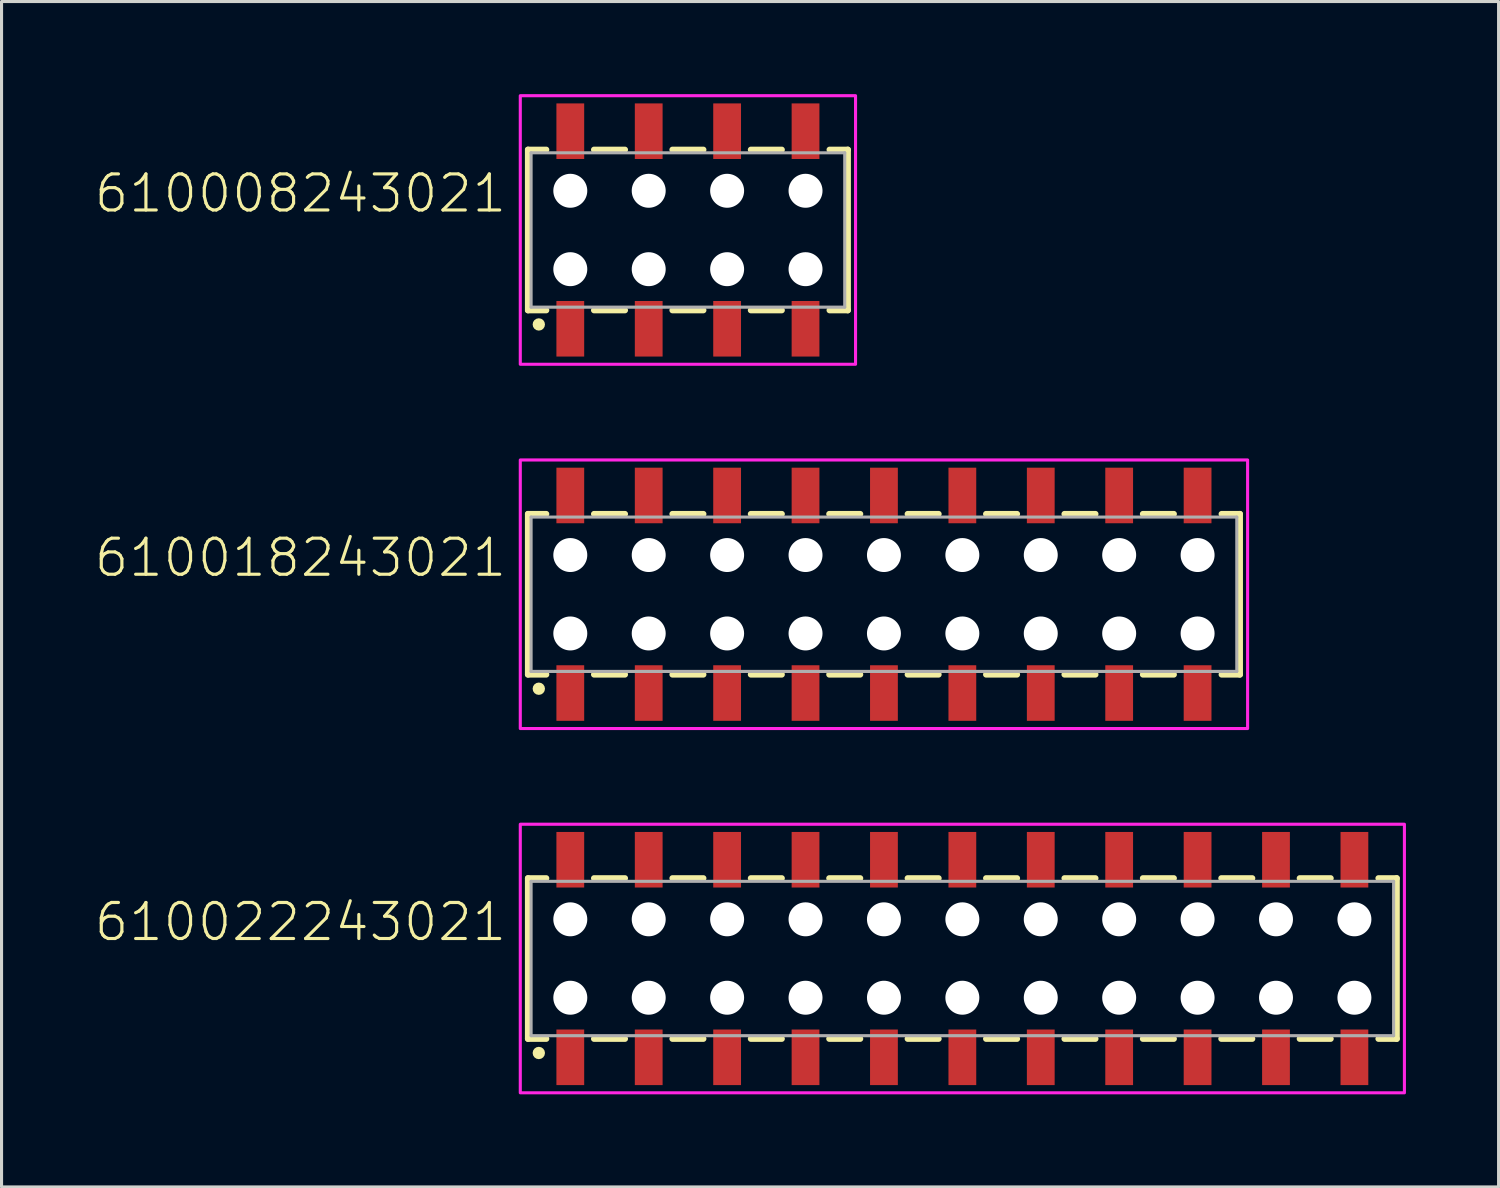
<source format=kicad_pcb>
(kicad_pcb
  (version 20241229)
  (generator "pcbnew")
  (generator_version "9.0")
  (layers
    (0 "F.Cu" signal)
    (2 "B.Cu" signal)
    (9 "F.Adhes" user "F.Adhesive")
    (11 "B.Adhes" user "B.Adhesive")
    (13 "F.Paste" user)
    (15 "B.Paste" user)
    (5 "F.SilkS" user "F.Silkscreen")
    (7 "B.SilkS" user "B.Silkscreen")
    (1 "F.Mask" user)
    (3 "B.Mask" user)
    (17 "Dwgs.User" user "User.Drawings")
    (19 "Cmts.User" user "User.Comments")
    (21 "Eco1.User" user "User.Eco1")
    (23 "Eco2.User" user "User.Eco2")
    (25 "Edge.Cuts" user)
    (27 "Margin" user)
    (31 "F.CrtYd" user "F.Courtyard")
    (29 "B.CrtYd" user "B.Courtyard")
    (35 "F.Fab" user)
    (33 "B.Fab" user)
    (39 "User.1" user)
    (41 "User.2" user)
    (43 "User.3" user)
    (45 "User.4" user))
  (footprint "610018243021"
    (layer "F.Cu")
    (at 25.584 16.2)
    (property "Reference" "610018243021" (at -12.16 -0.5 0) (unlocked yes) (layer "F.SilkS") (effects (font (size 1.168 1.168) (thickness 0.102)) (justify right bottom)))
    (fp_line (start -11.53 -2.6) (end -11.53 2.6) (stroke (width 0.2) (type solid)) (layer "F.SilkS"))
    (fp_line (start -11.53 2.6) (end -10.94 2.6) (stroke (width 0.2) (type solid)) (layer "F.SilkS"))
    (fp_line (start -10.94 -2.6) (end -11.53 -2.6) (stroke (width 0.2) (type solid)) (layer "F.SilkS"))
    (fp_line (start -9.39 2.6) (end -8.39 2.6) (stroke (width 0.2) (type solid)) (layer "F.SilkS"))
    (fp_line (start -8.39 -2.6) (end -9.39 -2.6) (stroke (width 0.2) (type solid)) (layer "F.SilkS"))
    (fp_line (start -6.85 2.6) (end -5.85 2.6) (stroke (width 0.2) (type solid)) (layer "F.SilkS"))
    (fp_line (start -5.85 -2.6) (end -6.85 -2.6) (stroke (width 0.2) (type solid)) (layer "F.SilkS"))
    (fp_line (start -4.31 2.6) (end -3.31 2.6) (stroke (width 0.2) (type solid)) (layer "F.SilkS"))
    (fp_line (start -3.31 -2.6) (end -4.31 -2.6) (stroke (width 0.2) (type solid)) (layer "F.SilkS"))
    (fp_line (start -1.77 2.6) (end -0.77 2.6) (stroke (width 0.2) (type solid)) (layer "F.SilkS"))
    (fp_line (start -0.77 -2.6) (end -1.77 -2.6) (stroke (width 0.2) (type solid)) (layer "F.SilkS"))
    (fp_line (start 0.77 2.6) (end 1.77 2.6) (stroke (width 0.2) (type solid)) (layer "F.SilkS"))
    (fp_line (start 1.77 -2.6) (end 0.77 -2.6) (stroke (width 0.2) (type solid)) (layer "F.SilkS"))
    (fp_line (start 3.31 2.6) (end 4.31 2.6) (stroke (width 0.2) (type solid)) (layer "F.SilkS"))
    (fp_line (start 4.31 -2.6) (end 3.31 -2.6) (stroke (width 0.2) (type solid)) (layer "F.SilkS"))
    (fp_line (start 5.85 2.6) (end 6.85 2.6) (stroke (width 0.2) (type solid)) (layer "F.SilkS"))
    (fp_line (start 6.85 -2.6) (end 5.85 -2.6) (stroke (width 0.2) (type solid)) (layer "F.SilkS"))
    (fp_line (start 8.39 2.6) (end 9.39 2.6) (stroke (width 0.2) (type solid)) (layer "F.SilkS"))
    (fp_line (start 9.39 -2.6) (end 8.39 -2.6) (stroke (width 0.2) (type solid)) (layer "F.SilkS"))
    (fp_line (start 10.94 -2.6) (end 11.53 -2.6) (stroke (width 0.2) (type solid)) (layer "F.SilkS"))
    (fp_line (start 11.53 -2.6) (end 11.53 2.6) (stroke (width 0.2) (type solid)) (layer "F.SilkS"))
    (fp_line (start 11.53 2.6) (end 10.94 2.6) (stroke (width 0.2) (type solid)) (layer "F.SilkS"))
    (fp_circle (center -11.18 3.06) (end -11.08 3.06) (stroke (width 0.2) (type solid)) (fill no) (layer "F.SilkS"))
    (fp_poly (pts (xy 11.78 4.35) (xy -11.78 4.35) (xy -11.78 -4.35) (xy 11.78 -4.35)) (stroke (width 0.1) (type default)) (fill no) (layer "F.CrtYd"))
    (fp_line (start -11.43 -2.5) (end -11.43 2.5) (stroke (width 0.1) (type solid)) (layer "F.Fab"))
    (fp_line (start -11.43 -2.5) (end 11.43 -2.5) (stroke (width 0.1) (type solid)) (layer "F.Fab"))
    (fp_line (start -11.43 2.5) (end 11.43 2.5) (stroke (width 0.1) (type solid)) (layer "F.Fab"))
    (fp_line (start 11.43 2.5) (end 11.43 -2.5) (stroke (width 0.1) (type solid)) (layer "F.Fab"))
    (pad "" np_thru_hole circle (at -10.16 -1.27) (size 1.1 1.1) (drill 1.1) (layers "*.Cu" "*.Mask"))
    (pad "" np_thru_hole circle (at -10.16 1.27) (size 1.1 1.1) (drill 1.1) (layers "*.Cu" "*.Mask"))
    (pad "" np_thru_hole circle (at -7.62 -1.27) (size 1.1 1.1) (drill 1.1) (layers "*.Cu" "*.Mask"))
    (pad "" np_thru_hole circle (at -7.62 1.27) (size 1.1 1.1) (drill 1.1) (layers "*.Cu" "*.Mask"))
    (pad "" np_thru_hole circle (at -5.08 -1.27) (size 1.1 1.1) (drill 1.1) (layers "*.Cu" "*.Mask"))
    (pad "" np_thru_hole circle (at -5.08 1.27) (size 1.1 1.1) (drill 1.1) (layers "*.Cu" "*.Mask"))
    (pad "" np_thru_hole circle (at -2.54 -1.27) (size 1.1 1.1) (drill 1.1) (layers "*.Cu" "*.Mask"))
    (pad "" np_thru_hole circle (at -2.54 1.27) (size 1.1 1.1) (drill 1.1) (layers "*.Cu" "*.Mask"))
    (pad "" np_thru_hole circle (at 0 -1.27) (size 1.1 1.1) (drill 1.1) (layers "*.Cu" "*.Mask"))
    (pad "" np_thru_hole circle (at 0 1.27) (size 1.1 1.1) (drill 1.1) (layers "*.Cu" "*.Mask"))
    (pad "" np_thru_hole circle (at 2.54 -1.27) (size 1.1 1.1) (drill 1.1) (layers "*.Cu" "*.Mask"))
    (pad "" np_thru_hole circle (at 2.54 1.27) (size 1.1 1.1) (drill 1.1) (layers "*.Cu" "*.Mask"))
    (pad "" np_thru_hole circle (at 5.08 -1.27) (size 1.1 1.1) (drill 1.1) (layers "*.Cu" "*.Mask"))
    (pad "" np_thru_hole circle (at 5.08 1.27) (size 1.1 1.1) (drill 1.1) (layers "*.Cu" "*.Mask"))
    (pad "" np_thru_hole circle (at 7.62 -1.27) (size 1.1 1.1) (drill 1.1) (layers "*.Cu" "*.Mask"))
    (pad "" np_thru_hole circle (at 7.62 1.27) (size 1.1 1.1) (drill 1.1) (layers "*.Cu" "*.Mask"))
    (pad "" np_thru_hole circle (at 10.16 -1.27) (size 1.1 1.1) (drill 1.1) (layers "*.Cu" "*.Mask"))
    (pad "" np_thru_hole circle (at 10.16 1.27) (size 1.1 1.1) (drill 1.1) (layers "*.Cu" "*.Mask"))
    (pad "1" smd rect (at -10.16 3.2 90) (size 1.8 0.9) (layers "F.Cu" "F.Mask" "F.Paste"))
    (pad "2" smd rect (at -10.16 -3.2 90) (size 1.8 0.9) (layers "F.Cu" "F.Mask" "F.Paste"))
    (pad "3" smd rect (at -7.62 3.2 90) (size 1.8 0.9) (layers "F.Cu" "F.Mask" "F.Paste"))
    (pad "4" smd rect (at -7.62 -3.2 90) (size 1.8 0.9) (layers "F.Cu" "F.Mask" "F.Paste"))
    (pad "5" smd rect (at -5.08 3.2 90) (size 1.8 0.9) (layers "F.Cu" "F.Mask" "F.Paste"))
    (pad "6" smd rect (at -5.08 -3.2 90) (size 1.8 0.9) (layers "F.Cu" "F.Mask" "F.Paste"))
    (pad "7" smd rect (at -2.54 3.2 90) (size 1.8 0.9) (layers "F.Cu" "F.Mask" "F.Paste"))
    (pad "8" smd rect (at -2.54 -3.2 90) (size 1.8 0.9) (layers "F.Cu" "F.Mask" "F.Paste"))
    (pad "9" smd rect (at 0 3.2 90) (size 1.8 0.9) (layers "F.Cu" "F.Mask" "F.Paste"))
    (pad "10" smd rect (at 0 -3.2 90) (size 1.8 0.9) (layers "F.Cu" "F.Mask" "F.Paste"))
    (pad "11" smd rect (at 2.54 3.2 90) (size 1.8 0.9) (layers "F.Cu" "F.Mask" "F.Paste"))
    (pad "12" smd rect (at 2.54 -3.2 90) (size 1.8 0.9) (layers "F.Cu" "F.Mask" "F.Paste"))
    (pad "13" smd rect (at 5.08 3.2 90) (size 1.8 0.9) (layers "F.Cu" "F.Mask" "F.Paste"))
    (pad "14" smd rect (at 5.08 -3.2 90) (size 1.8 0.9) (layers "F.Cu" "F.Mask" "F.Paste"))
    (pad "15" smd rect (at 7.62 3.2 90) (size 1.8 0.9) (layers "F.Cu" "F.Mask" "F.Paste"))
    (pad "16" smd rect (at 7.62 -3.2 90) (size 1.8 0.9) (layers "F.Cu" "F.Mask" "F.Paste"))
    (pad "17" smd rect (at 10.16 3.2 90) (size 1.8 0.9) (layers "F.Cu" "F.Mask" "F.Paste"))
    (pad "18" smd rect (at 10.16 -3.2 90) (size 1.8 0.9) (layers "F.Cu" "F.Mask" "F.Paste")))
  (footprint "610008243021"
    (layer "F.Cu")
    (at 19.234 4.4)
    (property "Reference" "610008243021" (at -5.81 -0.5 0) (unlocked yes) (layer "F.SilkS") (effects (font (size 1.168 1.168) (thickness 0.102)) (justify right bottom)))
    (fp_line (start -5.18 -2.6) (end -5.18 2.6) (stroke (width 0.2) (type solid)) (layer "F.SilkS"))
    (fp_line (start -5.18 2.6) (end -4.59 2.6) (stroke (width 0.2) (type solid)) (layer "F.SilkS"))
    (fp_line (start -4.59 -2.6) (end -5.18 -2.6) (stroke (width 0.2) (type solid)) (layer "F.SilkS"))
    (fp_line (start -3.04 2.6) (end -2.04 2.6) (stroke (width 0.2) (type solid)) (layer "F.SilkS"))
    (fp_line (start -2.04 -2.6) (end -3.04 -2.6) (stroke (width 0.2) (type solid)) (layer "F.SilkS"))
    (fp_line (start -0.5 2.6) (end 0.5 2.6) (stroke (width 0.2) (type solid)) (layer "F.SilkS"))
    (fp_line (start 0.5 -2.6) (end -0.5 -2.6) (stroke (width 0.2) (type solid)) (layer "F.SilkS"))
    (fp_line (start 2.04 2.6) (end 3.04 2.6) (stroke (width 0.2) (type solid)) (layer "F.SilkS"))
    (fp_line (start 3.04 -2.6) (end 2.04 -2.6) (stroke (width 0.2) (type solid)) (layer "F.SilkS"))
    (fp_line (start 4.59 -2.6) (end 5.18 -2.6) (stroke (width 0.2) (type solid)) (layer "F.SilkS"))
    (fp_line (start 5.18 -2.6) (end 5.18 2.6) (stroke (width 0.2) (type solid)) (layer "F.SilkS"))
    (fp_line (start 5.18 2.6) (end 4.59 2.6) (stroke (width 0.2) (type solid)) (layer "F.SilkS"))
    (fp_circle (center -4.83 3.06) (end -4.73 3.06) (stroke (width 0.2) (type solid)) (fill no) (layer "F.SilkS"))
    (fp_poly (pts (xy 5.43 4.35) (xy -5.43 4.35) (xy -5.43 -4.35) (xy 5.43 -4.35)) (stroke (width 0.1) (type default)) (fill no) (layer "F.CrtYd"))
    (fp_line (start -5.08 -2.5) (end -5.08 2.5) (stroke (width 0.1) (type solid)) (layer "F.Fab"))
    (fp_line (start -5.08 -2.5) (end 5.08 -2.5) (stroke (width 0.1) (type solid)) (layer "F.Fab"))
    (fp_line (start -5.08 2.5) (end 5.08 2.5) (stroke (width 0.1) (type solid)) (layer "F.Fab"))
    (fp_line (start 5.08 2.5) (end 5.08 -2.5) (stroke (width 0.1) (type solid)) (layer "F.Fab"))
    (pad "" np_thru_hole circle (at -3.81 -1.27) (size 1.1 1.1) (drill 1.1) (layers "*.Cu" "*.Mask"))
    (pad "" np_thru_hole circle (at -3.81 1.27) (size 1.1 1.1) (drill 1.1) (layers "*.Cu" "*.Mask"))
    (pad "" np_thru_hole circle (at -1.27 -1.27) (size 1.1 1.1) (drill 1.1) (layers "*.Cu" "*.Mask"))
    (pad "" np_thru_hole circle (at -1.27 1.27) (size 1.1 1.1) (drill 1.1) (layers "*.Cu" "*.Mask"))
    (pad "" np_thru_hole circle (at 1.27 -1.27) (size 1.1 1.1) (drill 1.1) (layers "*.Cu" "*.Mask"))
    (pad "" np_thru_hole circle (at 1.27 1.27) (size 1.1 1.1) (drill 1.1) (layers "*.Cu" "*.Mask"))
    (pad "" np_thru_hole circle (at 3.81 -1.27) (size 1.1 1.1) (drill 1.1) (layers "*.Cu" "*.Mask"))
    (pad "" np_thru_hole circle (at 3.81 1.27) (size 1.1 1.1) (drill 1.1) (layers "*.Cu" "*.Mask"))
    (pad "1" smd rect (at -3.81 3.2 90) (size 1.8 0.9) (layers "F.Cu" "F.Mask" "F.Paste"))
    (pad "2" smd rect (at -3.81 -3.2 90) (size 1.8 0.9) (layers "F.Cu" "F.Mask" "F.Paste"))
    (pad "3" smd rect (at -1.27 3.2 90) (size 1.8 0.9) (layers "F.Cu" "F.Mask" "F.Paste"))
    (pad "4" smd rect (at -1.27 -3.2 90) (size 1.8 0.9) (layers "F.Cu" "F.Mask" "F.Paste"))
    (pad "5" smd rect (at 1.27 3.2 90) (size 1.8 0.9) (layers "F.Cu" "F.Mask" "F.Paste"))
    (pad "6" smd rect (at 1.27 -3.2 90) (size 1.8 0.9) (layers "F.Cu" "F.Mask" "F.Paste"))
    (pad "7" smd rect (at 3.81 3.2 90) (size 1.8 0.9) (layers "F.Cu" "F.Mask" "F.Paste"))
    (pad "8" smd rect (at 3.81 -3.2 90) (size 1.8 0.9) (layers "F.Cu" "F.Mask" "F.Paste")))
  (footprint "610022243021"
    (layer "F.Cu")
    (at 28.124 28)
    (property "Reference" "610022243021" (at -14.7 -0.5 0) (unlocked yes) (layer "F.SilkS") (effects (font (size 1.168 1.168) (thickness 0.102)) (justify right bottom)))
    (fp_line (start -14.07 -2.6) (end -14.07 2.6) (stroke (width 0.2) (type solid)) (layer "F.SilkS"))
    (fp_line (start -14.07 2.6) (end -13.48 2.6) (stroke (width 0.2) (type solid)) (layer "F.SilkS"))
    (fp_line (start -13.48 -2.6) (end -14.07 -2.6) (stroke (width 0.2) (type solid)) (layer "F.SilkS"))
    (fp_line (start -11.93 2.6) (end -10.93 2.6) (stroke (width 0.2) (type solid)) (layer "F.SilkS"))
    (fp_line (start -10.93 -2.6) (end -11.93 -2.6) (stroke (width 0.2) (type solid)) (layer "F.SilkS"))
    (fp_line (start -9.39 2.6) (end -8.39 2.6) (stroke (width 0.2) (type solid)) (layer "F.SilkS"))
    (fp_line (start -8.39 -2.6) (end -9.39 -2.6) (stroke (width 0.2) (type solid)) (layer "F.SilkS"))
    (fp_line (start -6.85 2.6) (end -5.85 2.6) (stroke (width 0.2) (type solid)) (layer "F.SilkS"))
    (fp_line (start -5.85 -2.6) (end -6.85 -2.6) (stroke (width 0.2) (type solid)) (layer "F.SilkS"))
    (fp_line (start -4.31 2.6) (end -3.31 2.6) (stroke (width 0.2) (type solid)) (layer "F.SilkS"))
    (fp_line (start -3.31 -2.6) (end -4.31 -2.6) (stroke (width 0.2) (type solid)) (layer "F.SilkS"))
    (fp_line (start -1.77 2.6) (end -0.77 2.6) (stroke (width 0.2) (type solid)) (layer "F.SilkS"))
    (fp_line (start -0.77 -2.6) (end -1.77 -2.6) (stroke (width 0.2) (type solid)) (layer "F.SilkS"))
    (fp_line (start 0.77 2.6) (end 1.77 2.6) (stroke (width 0.2) (type solid)) (layer "F.SilkS"))
    (fp_line (start 1.77 -2.6) (end 0.77 -2.6) (stroke (width 0.2) (type solid)) (layer "F.SilkS"))
    (fp_line (start 3.31 2.6) (end 4.31 2.6) (stroke (width 0.2) (type solid)) (layer "F.SilkS"))
    (fp_line (start 4.31 -2.6) (end 3.31 -2.6) (stroke (width 0.2) (type solid)) (layer "F.SilkS"))
    (fp_line (start 5.85 2.6) (end 6.85 2.6) (stroke (width 0.2) (type solid)) (layer "F.SilkS"))
    (fp_line (start 6.85 -2.6) (end 5.85 -2.6) (stroke (width 0.2) (type solid)) (layer "F.SilkS"))
    (fp_line (start 8.39 2.6) (end 9.39 2.6) (stroke (width 0.2) (type solid)) (layer "F.SilkS"))
    (fp_line (start 9.39 -2.6) (end 8.39 -2.6) (stroke (width 0.2) (type solid)) (layer "F.SilkS"))
    (fp_line (start 10.93 2.6) (end 11.93 2.6) (stroke (width 0.2) (type solid)) (layer "F.SilkS"))
    (fp_line (start 11.93 -2.6) (end 10.93 -2.6) (stroke (width 0.2) (type solid)) (layer "F.SilkS"))
    (fp_line (start 13.48 -2.6) (end 14.07 -2.6) (stroke (width 0.2) (type solid)) (layer "F.SilkS"))
    (fp_line (start 14.07 -2.6) (end 14.07 2.6) (stroke (width 0.2) (type solid)) (layer "F.SilkS"))
    (fp_line (start 14.07 2.6) (end 13.48 2.6) (stroke (width 0.2) (type solid)) (layer "F.SilkS"))
    (fp_circle (center -13.72 3.06) (end -13.62 3.06) (stroke (width 0.2) (type solid)) (fill no) (layer "F.SilkS"))
    (fp_poly (pts (xy 14.32 4.35) (xy -14.32 4.35) (xy -14.32 -4.35) (xy 14.32 -4.35)) (stroke (width 0.1) (type default)) (fill no) (layer "F.CrtYd"))
    (fp_line (start -13.97 -2.5) (end -13.97 2.5) (stroke (width 0.1) (type solid)) (layer "F.Fab"))
    (fp_line (start -13.97 -2.5) (end 13.97 -2.5) (stroke (width 0.1) (type solid)) (layer "F.Fab"))
    (fp_line (start -13.97 2.5) (end 13.97 2.5) (stroke (width 0.1) (type solid)) (layer "F.Fab"))
    (fp_line (start 13.97 2.5) (end 13.97 -2.5) (stroke (width 0.1) (type solid)) (layer "F.Fab"))
    (pad "" np_thru_hole circle (at -12.7 -1.27) (size 1.1 1.1) (drill 1.1) (layers "*.Cu" "*.Mask"))
    (pad "" np_thru_hole circle (at -12.7 1.27) (size 1.1 1.1) (drill 1.1) (layers "*.Cu" "*.Mask"))
    (pad "" np_thru_hole circle (at -10.16 -1.27) (size 1.1 1.1) (drill 1.1) (layers "*.Cu" "*.Mask"))
    (pad "" np_thru_hole circle (at -10.16 1.27) (size 1.1 1.1) (drill 1.1) (layers "*.Cu" "*.Mask"))
    (pad "" np_thru_hole circle (at -7.62 -1.27) (size 1.1 1.1) (drill 1.1) (layers "*.Cu" "*.Mask"))
    (pad "" np_thru_hole circle (at -7.62 1.27) (size 1.1 1.1) (drill 1.1) (layers "*.Cu" "*.Mask"))
    (pad "" np_thru_hole circle (at -5.08 -1.27) (size 1.1 1.1) (drill 1.1) (layers "*.Cu" "*.Mask"))
    (pad "" np_thru_hole circle (at -5.08 1.27) (size 1.1 1.1) (drill 1.1) (layers "*.Cu" "*.Mask"))
    (pad "" np_thru_hole circle (at -2.54 -1.27) (size 1.1 1.1) (drill 1.1) (layers "*.Cu" "*.Mask"))
    (pad "" np_thru_hole circle (at -2.54 1.27) (size 1.1 1.1) (drill 1.1) (layers "*.Cu" "*.Mask"))
    (pad "" np_thru_hole circle (at 0 -1.27) (size 1.1 1.1) (drill 1.1) (layers "*.Cu" "*.Mask"))
    (pad "" np_thru_hole circle (at 0 1.27) (size 1.1 1.1) (drill 1.1) (layers "*.Cu" "*.Mask"))
    (pad "" np_thru_hole circle (at 2.54 -1.27) (size 1.1 1.1) (drill 1.1) (layers "*.Cu" "*.Mask"))
    (pad "" np_thru_hole circle (at 2.54 1.27) (size 1.1 1.1) (drill 1.1) (layers "*.Cu" "*.Mask"))
    (pad "" np_thru_hole circle (at 5.08 -1.27) (size 1.1 1.1) (drill 1.1) (layers "*.Cu" "*.Mask"))
    (pad "" np_thru_hole circle (at 5.08 1.27) (size 1.1 1.1) (drill 1.1) (layers "*.Cu" "*.Mask"))
    (pad "" np_thru_hole circle (at 7.62 -1.27) (size 1.1 1.1) (drill 1.1) (layers "*.Cu" "*.Mask"))
    (pad "" np_thru_hole circle (at 7.62 1.27) (size 1.1 1.1) (drill 1.1) (layers "*.Cu" "*.Mask"))
    (pad "" np_thru_hole circle (at 10.16 -1.27) (size 1.1 1.1) (drill 1.1) (layers "*.Cu" "*.Mask"))
    (pad "" np_thru_hole circle (at 10.16 1.27) (size 1.1 1.1) (drill 1.1) (layers "*.Cu" "*.Mask"))
    (pad "" np_thru_hole circle (at 12.7 -1.27) (size 1.1 1.1) (drill 1.1) (layers "*.Cu" "*.Mask"))
    (pad "" np_thru_hole circle (at 12.7 1.27) (size 1.1 1.1) (drill 1.1) (layers "*.Cu" "*.Mask"))
    (pad "1" smd rect (at -12.7 3.2 90) (size 1.8 0.9) (layers "F.Cu" "F.Mask" "F.Paste"))
    (pad "2" smd rect (at -12.7 -3.2 90) (size 1.8 0.9) (layers "F.Cu" "F.Mask" "F.Paste"))
    (pad "3" smd rect (at -10.16 3.2 90) (size 1.8 0.9) (layers "F.Cu" "F.Mask" "F.Paste"))
    (pad "4" smd rect (at -10.16 -3.2 90) (size 1.8 0.9) (layers "F.Cu" "F.Mask" "F.Paste"))
    (pad "5" smd rect (at -7.62 3.2 90) (size 1.8 0.9) (layers "F.Cu" "F.Mask" "F.Paste"))
    (pad "6" smd rect (at -7.62 -3.2 90) (size 1.8 0.9) (layers "F.Cu" "F.Mask" "F.Paste"))
    (pad "7" smd rect (at -5.08 3.2 90) (size 1.8 0.9) (layers "F.Cu" "F.Mask" "F.Paste"))
    (pad "8" smd rect (at -5.08 -3.2 90) (size 1.8 0.9) (layers "F.Cu" "F.Mask" "F.Paste"))
    (pad "9" smd rect (at -2.54 3.2 90) (size 1.8 0.9) (layers "F.Cu" "F.Mask" "F.Paste"))
    (pad "10" smd rect (at -2.54 -3.2 90) (size 1.8 0.9) (layers "F.Cu" "F.Mask" "F.Paste"))
    (pad "11" smd rect (at 0 3.2 90) (size 1.8 0.9) (layers "F.Cu" "F.Mask" "F.Paste"))
    (pad "12" smd rect (at 0 -3.2 90) (size 1.8 0.9) (layers "F.Cu" "F.Mask" "F.Paste"))
    (pad "13" smd rect (at 2.54 3.2 90) (size 1.8 0.9) (layers "F.Cu" "F.Mask" "F.Paste"))
    (pad "14" smd rect (at 2.54 -3.2 90) (size 1.8 0.9) (layers "F.Cu" "F.Mask" "F.Paste"))
    (pad "15" smd rect (at 5.08 3.2 90) (size 1.8 0.9) (layers "F.Cu" "F.Mask" "F.Paste"))
    (pad "16" smd rect (at 5.08 -3.2 90) (size 1.8 0.9) (layers "F.Cu" "F.Mask" "F.Paste"))
    (pad "17" smd rect (at 7.62 3.2 90) (size 1.8 0.9) (layers "F.Cu" "F.Mask" "F.Paste"))
    (pad "18" smd rect (at 7.62 -3.2 90) (size 1.8 0.9) (layers "F.Cu" "F.Mask" "F.Paste"))
    (pad "19" smd rect (at 10.16 3.2 90) (size 1.8 0.9) (layers "F.Cu" "F.Mask" "F.Paste"))
    (pad "20" smd rect (at 10.16 -3.2 90) (size 1.8 0.9) (layers "F.Cu" "F.Mask" "F.Paste"))
    (pad "21" smd rect (at 12.7 3.2 90) (size 1.8 0.9) (layers "F.Cu" "F.Mask" "F.Paste"))
    (pad "22" smd rect (at 12.7 -3.2 90) (size 1.8 0.9) (layers "F.Cu" "F.Mask" "F.Paste")))
  (gr_rect
    (start -3 -3)
    (end 45.494 35.4)
    (stroke (width 0.1) (type default))
    (fill no)
    (layer "Edge.Cuts")))
</source>
